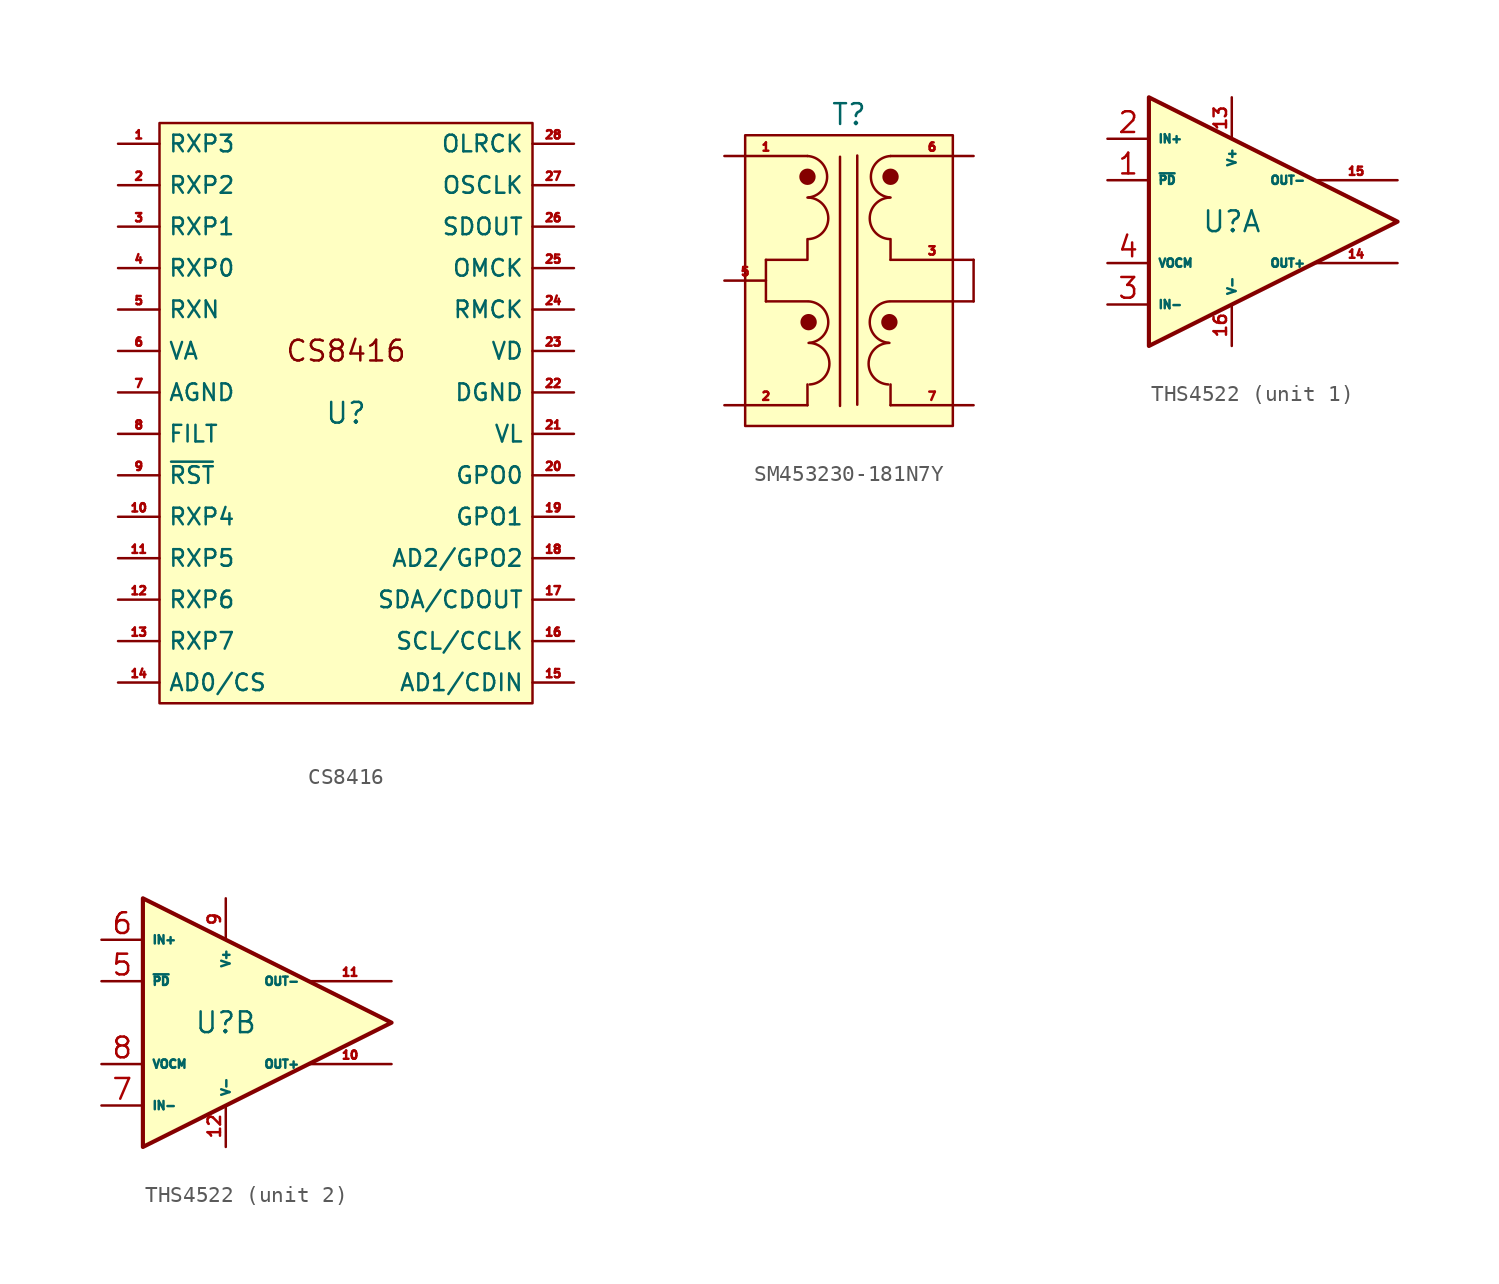
<source format=kicad_sym>
(kicad_symbol_lib
  (version 20220914)
  (generator kicad_symbol_editor)
  (symbol "CS8416"
    (property "Reference" "U"
      (at 0 0 0)
      (effects (font (size 1.27 1.27))))
    (property "Value" ""
      (at 0 0 0)
      (effects (font (size 1.27 1.27))))
    (symbol "CS8416_0_1"
      (rectangle (start -11.43 17.78) (end 11.43 -17.78) (stroke (width 0) (type default)) (fill (type background))))
    (symbol "CS8416_1_1"
      (text "CS8416" (at 0 3.81 0) (effects (font (size 1.27 1.27))))
      (pin input line (at -13.97 16.51 0) (length 2.54) (name "RXP3" (effects (font (size 1.016 1.016)))) (number "1" (effects (font (size 0.508 0.508)))))
      (pin input line (at -13.97 -6.35 0) (length 2.54) (name "RXP4" (effects (font (size 1.016 1.016)))) (number "10" (effects (font (size 0.508 0.508)))))
      (pin input line (at -13.97 -8.89 0) (length 2.54) (name "RXP5" (effects (font (size 1.016 1.016)))) (number "11" (effects (font (size 0.508 0.508)))))
      (pin input line (at -13.97 -11.43 0) (length 2.54) (name "RXP6" (effects (font (size 1.016 1.016)))) (number "12" (effects (font (size 0.508 0.508)))))
      (pin input line (at -13.97 -13.97 0) (length 2.54) (name "RXP7" (effects (font (size 1.016 1.016)))) (number "13" (effects (font (size 0.508 0.508)))))
      (pin input line (at -13.97 -16.51 0) (length 2.54) (name "AD0/CS" (effects (font (size 1.016 1.016)))) (number "14" (effects (font (size 0.508 0.508)))))
      (pin input line (at 13.97 -16.51 180) (length 2.54) (name "AD1/CDIN" (effects (font (size 1.016 1.016)))) (number "15" (effects (font (size 0.508 0.508)))))
      (pin input line (at 13.97 -13.97 180) (length 2.54) (name "SCL/CCLK" (effects (font (size 1.016 1.016)))) (number "16" (effects (font (size 0.508 0.508)))))
      (pin bidirectional line (at 13.97 -11.43 180) (length 2.54) (name "SDA/CDOUT" (effects (font (size 1.016 1.016)))) (number "17" (effects (font (size 0.508 0.508)))))
      (pin output line (at 13.97 -8.89 180) (length 2.54) (name "AD2/GPO2" (effects (font (size 1.016 1.016)))) (number "18" (effects (font (size 0.508 0.508)))))
      (pin output line (at 13.97 -6.35 180) (length 2.54) (name "GPO1" (effects (font (size 1.016 1.016)))) (number "19" (effects (font (size 0.508 0.508)))))
      (pin input line (at -13.97 13.97 0) (length 2.54) (name "RXP2" (effects (font (size 1.016 1.016)))) (number "2" (effects (font (size 0.508 0.508)))))
      (pin output line (at 13.97 -3.81 180) (length 2.54) (name "GPO0" (effects (font (size 1.016 1.016)))) (number "20" (effects (font (size 0.508 0.508)))))
      (pin power_in line (at 13.97 -1.27 180) (length 2.54) (name "VL" (effects (font (size 1.016 1.016)))) (number "21" (effects (font (size 0.508 0.508)))))
      (pin power_in line (at 13.97 1.27 180) (length 2.54) (name "DGND" (effects (font (size 1.016 1.016)))) (number "22" (effects (font (size 0.508 0.508)))))
      (pin power_in line (at 13.97 3.81 180) (length 2.54) (name "VD" (effects (font (size 1.016 1.016)))) (number "23" (effects (font (size 0.508 0.508)))))
      (pin output line (at 13.97 6.35 180) (length 2.54) (name "RMCK" (effects (font (size 1.016 1.016)))) (number "24" (effects (font (size 0.508 0.508)))))
      (pin input line (at 13.97 8.89 180) (length 2.54) (name "OMCK" (effects (font (size 1.016 1.016)))) (number "25" (effects (font (size 0.508 0.508)))))
      (pin output line (at 13.97 11.43 180) (length 2.54) (name "SDOUT" (effects (font (size 1.016 1.016)))) (number "26" (effects (font (size 0.508 0.508)))))
      (pin bidirectional line (at 13.97 13.97 180) (length 2.54) (name "OSCLK" (effects (font (size 1.016 1.016)))) (number "27" (effects (font (size 0.508 0.508)))))
      (pin bidirectional line (at 13.97 16.51 180) (length 2.54) (name "OLRCK" (effects (font (size 1.016 1.016)))) (number "28" (effects (font (size 0.508 0.508)))))
      (pin input line (at -13.97 11.43 0) (length 2.54) (name "RXP1" (effects (font (size 1.016 1.016)))) (number "3" (effects (font (size 0.508 0.508)))))
      (pin input line (at -13.97 8.89 0) (length 2.54) (name "RXP0" (effects (font (size 1.016 1.016)))) (number "4" (effects (font (size 0.508 0.508)))))
      (pin input line (at -13.97 6.35 0) (length 2.54) (name "RXN" (effects (font (size 1.016 1.016)))) (number "5" (effects (font (size 0.508 0.508)))))
      (pin power_in line (at -13.97 3.81 0) (length 2.54) (name "VA" (effects (font (size 1.016 1.016)))) (number "6" (effects (font (size 0.508 0.508)))))
      (pin power_in line (at -13.97 1.27 0) (length 2.54) (name "AGND" (effects (font (size 1.016 1.016)))) (number "7" (effects (font (size 0.508 0.508)))))
      (pin output line (at -13.97 -1.27 0) (length 2.54) (name "FILT" (effects (font (size 1.016 1.016)))) (number "8" (effects (font (size 0.508 0.508)))))
      (pin input line (at -13.97 -3.81 0) (length 2.54) (name "~{RST}" (effects (font (size 1.016 1.016)))) (number "9" (effects (font (size 0.508 0.508)))))))
  (symbol "SM453230-181N7Y"
    (property "Reference" "T"
      (at 0 10.16 0)
      (effects (font (size 1.27 1.27))))
    (property "Value" ""
      (at -0.55 -0.045 0)
      (effects (font (size 1.27 1.27))))
    (symbol "SM453230-181N7Y_0_1"
      (arc (start -2.54 5.08) (mid -1.3376 6.35) (end -2.54 7.62) (stroke (width 0) (type default)) (fill (type none)))
      (arc (start -2.4705 -3.81) (mid -1.2681 -2.54) (end -2.4705 -1.27) (stroke (width 0) (type default)) (fill (type none)))
      (arc (start -2.4705 2.54) (mid -1.2681 3.81) (end -2.4705 5.08) (stroke (width 0) (type default)) (fill (type none)))
      (arc (start -2.401 -6.35) (mid -1.1986 -5.08) (end -2.401 -3.81) (stroke (width 0) (type default)) (fill (type none)))
      (polyline (pts (xy 2.54 -1.27) (xy 7.62 -1.27)) (stroke (width 0) (type default)) (fill (type none)))
      (polyline (pts (xy 7.62 1.27) (xy 7.62 -1.27)) (stroke (width 0) (type default)) (fill (type none)))
      (arc (start 2.401 -3.81) (mid 1.1986 -5.08) (end 2.401 -6.35) (stroke (width 0) (type default)) (fill (type none)))
      (arc (start 2.4705 -1.27) (mid 1.2681 -2.54) (end 2.4705 -3.81) (stroke (width 0) (type default)) (fill (type none)))
      (arc (start 2.4705 5.08) (mid 1.2681 3.81) (end 2.4705 2.54) (stroke (width 0) (type default)) (fill (type none)))
      (arc (start 2.54 7.62) (mid 1.3376 6.35) (end 2.54 5.08) (stroke (width 0) (type default)) (fill (type none))))
    (symbol "SM453230-181N7Y_1_1"
      (rectangle (start -6.35 8.89) (end 6.35 -8.89) (stroke (width 0) (type default)) (fill (type background)))
      (circle (center -2.54 6.35) (radius 0.0001) (stroke (width 0.5) (type default)) (fill (type none)))
      (circle (center -2.47 -2.54) (radius 0.0001) (stroke (width 0.5) (type default)) (fill (type none)))
      (polyline (pts (xy -5.08 -1.27) (xy -2.54 -1.27)) (stroke (width 0) (type default)) (fill (type none)))
      (polyline (pts (xy -5.08 1.27) (xy -5.08 -1.27)) (stroke (width 0) (type default)) (fill (type none)))
      (polyline (pts (xy -2.54 -6.35) (xy -2.54 -7.62)) (stroke (width 0) (type default)) (fill (type none)))
      (polyline (pts (xy -0.55 -7.665) (xy -0.55 7.575)) (stroke (width 0) (type default)) (fill (type none)))
      (polyline (pts (xy 0.505 -7.59) (xy 0.505 7.65)) (stroke (width 0) (type default)) (fill (type none)))
      (polyline (pts (xy 2.54 -6.35) (xy 2.54 -7.62)) (stroke (width 0) (type default)) (fill (type none)))
      (polyline (pts (xy 2.54 2.54) (xy 2.54 1.27)) (stroke (width 0) (type default)) (fill (type none)))
      (polyline (pts (xy -2.54 2.54) (xy -2.54 1.27) (xy -5.08 1.27)) (stroke (width 0) (type default)) (fill (type none)))
      (circle (center 2.47 -2.54) (radius 0.0001) (stroke (width 0.5) (type default)) (fill (type none)))
      (circle (center 2.54 6.35) (radius 0.0001) (stroke (width 0.5) (type default)) (fill (type none)))
      (pin output line (at -7.62 7.62 0) (length 5.08) (name "" (effects (font (size 0.508 0.508)))) (number "1" (effects (font (size 0.508 0.508)))))
      (pin output line (at -7.62 -7.62 0) (length 5.08) (name "" (effects (font (size 0.508 0.508)))) (number "2" (effects (font (size 0.508 0.508)))))
      (pin output line (at 7.62 1.27 180) (length 5.08) (name "" (effects (font (size 0.508 0.508)))) (number "3" (effects (font (size 0.508 0.508)))))
      (pin output line (at -7.62 0 0) (length 2.54) (name "" (effects (font (size 0.508 0.508)))) (number "5" (effects (font (size 0.508 0.508)))))
      (pin output line (at 7.62 7.62 180) (length 5.08) (name "" (effects (font (size 0.508 0.508)))) (number "6" (effects (font (size 0.508 0.508)))))
      (pin output line (at 7.62 -7.62 180) (length 5.08) (name "" (effects (font (size 0.508 0.508)))) (number "7" (effects (font (size 0.508 0.508)))))))
  (symbol "THS4522"
    (property "Reference" "U"
      (at 0 0 0)
      (effects (font (size 1.27 1.27))))
    (property "Value" ""
      (at 0 0 0)
      (effects (font (size 1.27 1.27))))
    (property "ki_locked" ""
      (at 0 0 0)
      (effects (font (size 1.27 1.27))))
    (symbol "THS4522_1_1"
      (polyline (pts (xy -5.08 7.62) (xy -5.08 -7.62) (xy 10.16 0) (xy -5.08 7.62)) (stroke (width 0.254) (type default)) (fill (type background)))
      (pin input line (at -7.62 2.54 0) (length 2.54) (name "~{PD}" (effects (font (size 0.508 0.508)))) (number "1" (effects (font (size 1.27 1.27)))))
      (pin power_in line (at 0 7.62 270) (length 2.54) (name "V+" (effects (font (size 0.508 0.508)))) (number "13" (effects (font (size 0.762 0.762)))))
      (pin output line (at 10.16 -2.54 180) (length 5.08) (name "OUT+" (effects (font (size 0.508 0.508)))) (number "14" (effects (font (size 0.508 0.508)))))
      (pin output line (at 10.16 2.54 180) (length 5.08) (name "OUT-" (effects (font (size 0.508 0.508)))) (number "15" (effects (font (size 0.508 0.508)))))
      (pin power_in line (at 0 -7.62 90) (length 2.54) (name "V-" (effects (font (size 0.508 0.508)))) (number "16" (effects (font (size 0.762 0.762)))))
      (pin input line (at -7.62 5.08 0) (length 2.54) (name "IN+" (effects (font (size 0.508 0.508)))) (number "2" (effects (font (size 1.27 1.27)))))
      (pin input line (at -7.62 -5.08 0) (length 2.54) (name "IN-" (effects (font (size 0.508 0.508)))) (number "3" (effects (font (size 1.27 1.27)))))
      (pin input line (at -7.62 -2.54 0) (length 2.54) (name "VOCM" (effects (font (size 0.508 0.508)))) (number "4" (effects (font (size 1.27 1.27))))))
    (symbol "THS4522_2_1"
      (polyline (pts (xy -5.08 7.62) (xy -5.08 -7.62) (xy 10.16 0) (xy -5.08 7.62)) (stroke (width 0.254) (type default)) (fill (type background)))
      (pin output line (at 10.16 -2.54 180) (length 5.08) (name "OUT+" (effects (font (size 0.508 0.508)))) (number "10" (effects (font (size 0.508 0.508)))))
      (pin output line (at 10.16 2.54 180) (length 5.08) (name "OUT-" (effects (font (size 0.508 0.508)))) (number "11" (effects (font (size 0.508 0.508)))))
      (pin power_in line (at 0 -7.62 90) (length 2.54) (name "V-" (effects (font (size 0.508 0.508)))) (number "12" (effects (font (size 0.762 0.762)))))
      (pin input line (at -7.62 2.54 0) (length 2.54) (name "~{PD}" (effects (font (size 0.508 0.508)))) (number "5" (effects (font (size 1.27 1.27)))))
      (pin input line (at -7.62 5.08 0) (length 2.54) (name "IN+" (effects (font (size 0.508 0.508)))) (number "6" (effects (font (size 1.27 1.27)))))
      (pin input line (at -7.62 -5.08 0) (length 2.54) (name "IN-" (effects (font (size 0.508 0.508)))) (number "7" (effects (font (size 1.27 1.27)))))
      (pin input line (at -7.62 -2.54 0) (length 2.54) (name "VOCM" (effects (font (size 0.508 0.508)))) (number "8" (effects (font (size 1.27 1.27)))))
      (pin power_in line (at 0 7.62 270) (length 2.54) (name "V+" (effects (font (size 0.508 0.508)))) (number "9" (effects (font (size 0.762 0.762))))))))
</source>
